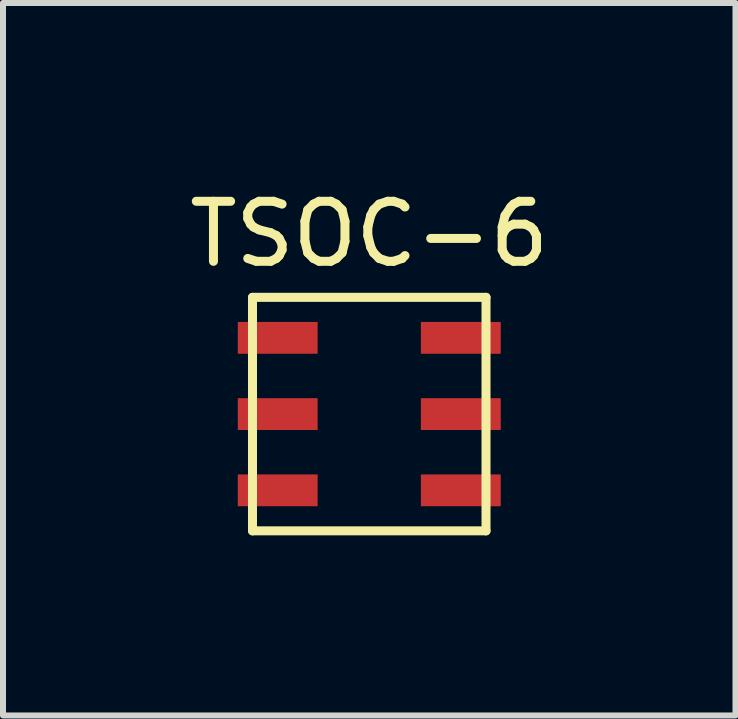
<source format=kicad_pcb>
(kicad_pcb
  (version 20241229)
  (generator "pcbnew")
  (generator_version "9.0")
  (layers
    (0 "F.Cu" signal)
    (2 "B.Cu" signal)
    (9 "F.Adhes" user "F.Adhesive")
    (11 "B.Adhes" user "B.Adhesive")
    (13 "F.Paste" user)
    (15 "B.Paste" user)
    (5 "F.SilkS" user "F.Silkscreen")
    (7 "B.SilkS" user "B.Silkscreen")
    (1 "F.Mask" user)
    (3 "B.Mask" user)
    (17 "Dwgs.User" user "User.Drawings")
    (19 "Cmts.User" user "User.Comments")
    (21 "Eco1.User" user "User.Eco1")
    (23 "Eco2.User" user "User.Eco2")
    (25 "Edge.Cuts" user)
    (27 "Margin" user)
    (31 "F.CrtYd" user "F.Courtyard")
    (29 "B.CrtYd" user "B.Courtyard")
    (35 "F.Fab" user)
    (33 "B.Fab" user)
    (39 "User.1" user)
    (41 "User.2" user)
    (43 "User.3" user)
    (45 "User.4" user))
  (footprint "TSOC-6"
    (layer "F.Cu")
    (at 3.101 3.848)
    (property "Reference" "TSOC-6" (at 0 -3 0) (layer "F.SilkS") (effects (font (size 1 1) (thickness 0.15))))
    (attr through_hole)
    (fp_line (start -1.945 -1.945) (end -1.945 1.945) (stroke (width 0.15) (type solid)) (layer "F.SilkS"))
    (fp_line (start -1.945 -1.945) (end 1.945 -1.945) (stroke (width 0.15) (type solid)) (layer "F.SilkS"))
    (fp_line (start -1.945 1.945) (end 1.945 1.945) (stroke (width 0.15) (type solid)) (layer "F.SilkS"))
    (fp_line (start 1.945 -1.945) (end 1.945 1.945) (stroke (width 0.15) (type solid)) (layer "F.SilkS"))
    (pad "1" smd rect (at -1.525 -1.27) (size 1.33 0.53) (layers "F.Cu" "F.Mask" "F.Paste"))
    (pad "2" smd rect (at -1.525 0) (size 1.33 0.53) (layers "F.Cu" "F.Mask" "F.Paste"))
    (pad "3" smd rect (at -1.525 1.27) (size 1.33 0.53) (layers "F.Cu" "F.Mask" "F.Paste"))
    (pad "4" smd rect (at 1.525 1.27) (size 1.33 0.53) (layers "F.Cu" "F.Mask" "F.Paste"))
    (pad "5" smd rect (at 1.525 0) (size 1.33 0.53) (layers "F.Cu" "F.Mask" "F.Paste"))
    (pad "6" smd rect (at 1.525 -1.27) (size 1.33 0.53) (layers "F.Cu" "F.Mask" "F.Paste")))
  (gr_rect
    (start -3 -3)
    (end 9.202 8.868)
    (stroke (width 0.1) (type default))
    (fill no)
    (layer "Edge.Cuts")))
</source>
